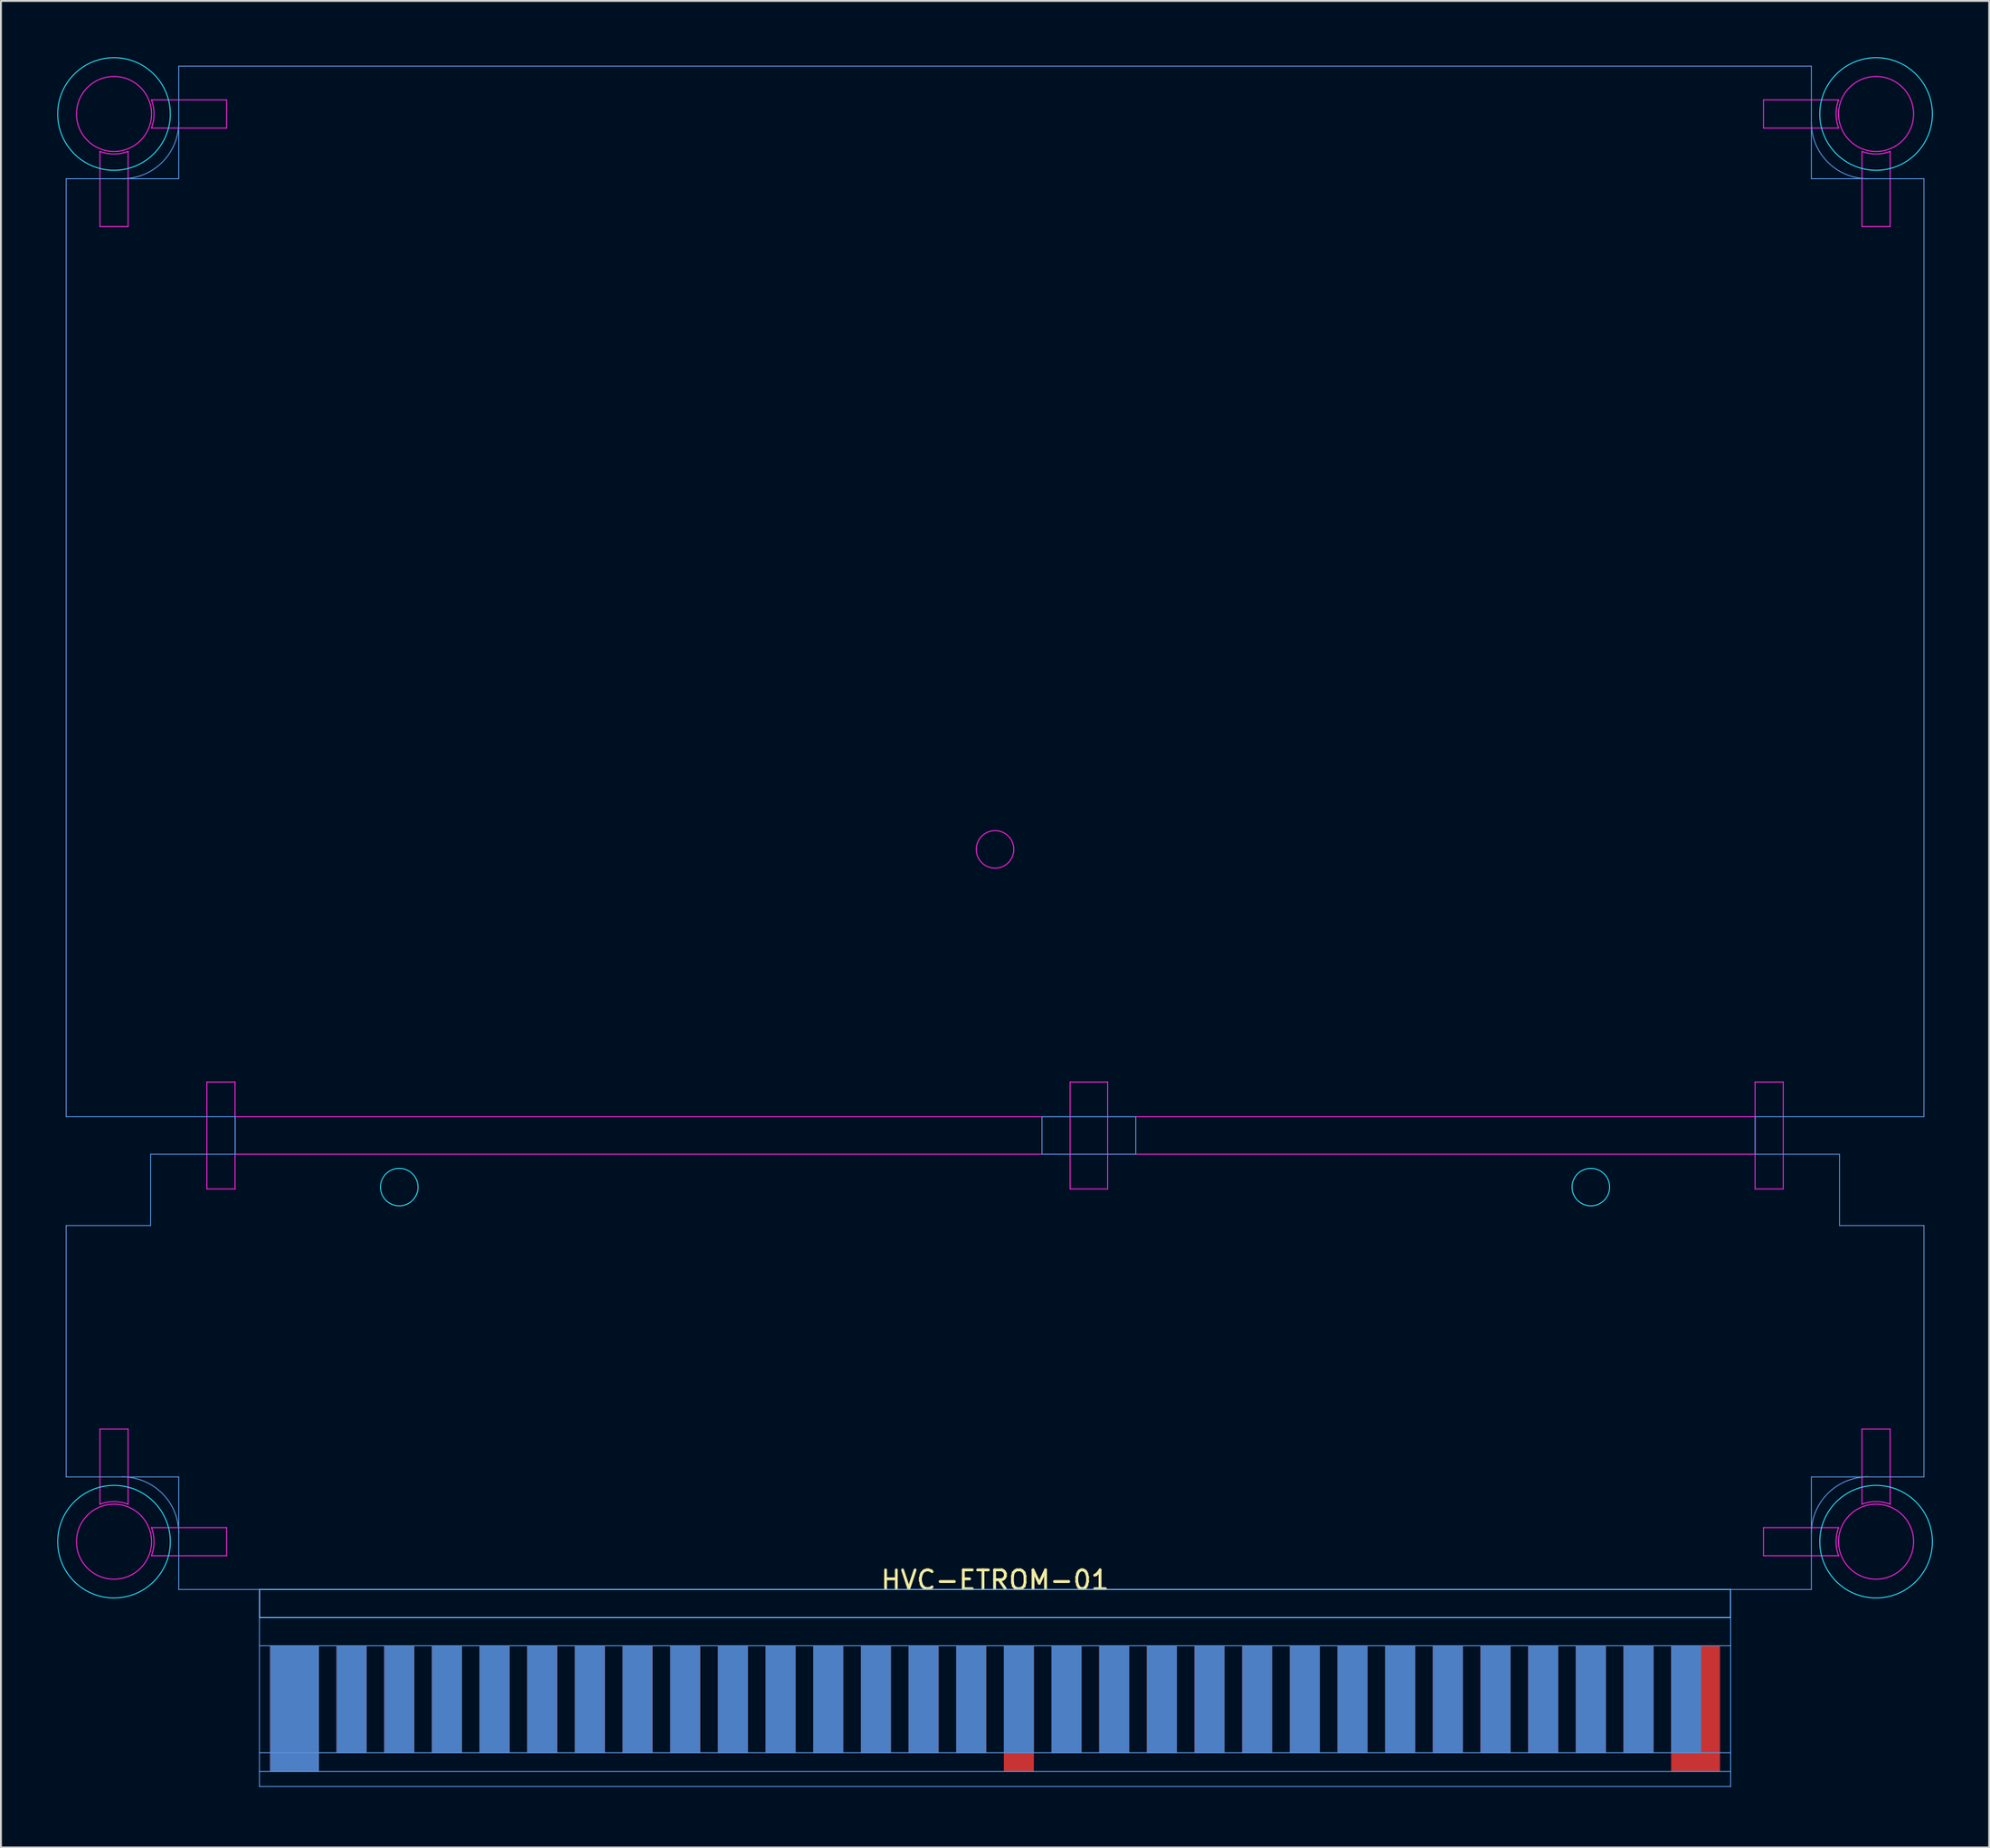
<source format=kicad_pcb>
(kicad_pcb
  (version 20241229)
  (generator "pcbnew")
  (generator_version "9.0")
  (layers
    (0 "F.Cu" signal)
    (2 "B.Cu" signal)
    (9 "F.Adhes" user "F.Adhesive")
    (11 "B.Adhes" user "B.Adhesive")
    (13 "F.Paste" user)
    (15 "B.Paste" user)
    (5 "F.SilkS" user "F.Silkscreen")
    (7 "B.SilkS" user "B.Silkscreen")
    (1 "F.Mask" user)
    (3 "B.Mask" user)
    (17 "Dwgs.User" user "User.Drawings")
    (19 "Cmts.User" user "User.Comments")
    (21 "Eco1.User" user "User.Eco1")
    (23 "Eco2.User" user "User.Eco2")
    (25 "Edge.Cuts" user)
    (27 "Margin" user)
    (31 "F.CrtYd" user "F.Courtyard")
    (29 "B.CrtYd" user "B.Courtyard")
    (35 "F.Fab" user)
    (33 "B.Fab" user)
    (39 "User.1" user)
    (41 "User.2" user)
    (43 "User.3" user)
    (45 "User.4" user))
  (footprint "HVC-ETROM-01"
    (layer "F.Cu")
    (at 49.975 81.675)
    (property "Reference" "HVC-ETROM-01" (at 0 -0.5 0) (unlocked yes) (layer "F.SilkS") (effects (font (size 1 1) (thickness 0.15))))
    (fp_poly (pts (xy 39.191 10.7) (xy -39.2 10.7) (xy -39.2 4) (xy 39.2 4)) (stroke (width 0.1) (type solid)) (fill yes) (layer "F.Mask"))
    (fp_poly (pts (xy 39.191 10.7) (xy -39.2 10.7) (xy -39.2 4) (xy 39.2 4)) (stroke (width 0.1) (type solid)) (fill yes) (layer "B.Mask"))
    (fp_line (start -49.5 -75.2) (end -46.5 -75.2) (stroke (width 0.05) (type solid)) (layer "Cmts.User"))
    (fp_line (start -49.5 -25.2) (end -49.5 -75.2) (stroke (width 0.05) (type solid)) (layer "Cmts.User"))
    (fp_line (start -49.5 -25.2) (end -40.5 -25.2) (stroke (width 0.05) (type solid)) (layer "Cmts.User"))
    (fp_line (start -49.5 -19.4) (end -49.5 -6) (stroke (width 0.05) (type solid)) (layer "Cmts.User"))
    (fp_line (start -49.5 -19.4) (end -45 -19.4) (stroke (width 0.05) (type solid)) (layer "Cmts.User"))
    (fp_line (start -46.5 -75.2) (end -43.5 -75.2) (stroke (width 0.05) (type solid)) (layer "Cmts.User"))
    (fp_line (start -46.5 -6) (end -49.5 -6) (stroke (width 0.05) (type solid)) (layer "Cmts.User"))
    (fp_line (start -45 -23.2) (end -40.5 -23.2) (stroke (width 0.05) (type solid)) (layer "Cmts.User"))
    (fp_line (start -45 -19.4) (end -45 -23.2) (stroke (width 0.05) (type solid)) (layer "Cmts.User"))
    (fp_line (start -43.5 -81.2) (end 43.5 -81.2) (stroke (width 0.05) (type solid)) (layer "Cmts.User"))
    (fp_line (start -43.5 -78.2) (end -43.5 -81.2) (stroke (width 0.05) (type solid)) (layer "Cmts.User"))
    (fp_line (start -43.5 -75.2) (end -43.5 -78.2) (stroke (width 0.05) (type solid)) (layer "Cmts.User"))
    (fp_line (start -43.5 -6) (end -46.5 -6) (stroke (width 0.05) (type solid)) (layer "Cmts.User"))
    (fp_line (start -43.5 -3) (end -43.5 -6) (stroke (width 0.05) (type solid)) (layer "Cmts.User"))
    (fp_line (start -43.5 0) (end -43.5 -3) (stroke (width 0.05) (type solid)) (layer "Cmts.User"))
    (fp_line (start -40.5 -23.2) (end -40.5 -25.2) (stroke (width 0.05) (type solid)) (layer "Cmts.User"))
    (fp_line (start -39.2 0) (end -43.5 0) (stroke (width 0.05) (type solid)) (layer "Cmts.User"))
    (fp_line (start -39.2 3) (end 39.2 3) (stroke (width 0.05) (type solid)) (layer "Cmts.User"))
    (fp_line (start -39.2 8.7) (end 39.2 8.7) (stroke (width 0.05) (type solid)) (layer "Cmts.User"))
    (fp_line (start -39.2 9.7) (end 39.2 9.7) (stroke (width 0.05) (type solid)) (layer "Cmts.User"))
    (fp_line (start -39.2 10.5) (end -39.2 0) (stroke (width 0.05) (type solid)) (layer "Cmts.User"))
    (fp_line (start 2.5 -23.2) (end 2.5 -25.2) (stroke (width 0.05) (type solid)) (layer "Cmts.User"))
    (fp_line (start 2.5 -23.2) (end 7.5 -23.2) (stroke (width 0.05) (type solid)) (layer "Cmts.User"))
    (fp_line (start 7.5 -25.2) (end 2.5 -25.2) (stroke (width 0.05) (type solid)) (layer "Cmts.User"))
    (fp_line (start 7.5 -23.2) (end 7.5 -25.2) (stroke (width 0.05) (type solid)) (layer "Cmts.User"))
    (fp_line (start 39.2 10.5) (end -39.2 10.5) (stroke (width 0.05) (type solid)) (layer "Cmts.User"))
    (fp_line (start 39.2 10.5) (end 39.2 0) (stroke (width 0.05) (type solid)) (layer "Cmts.User"))
    (fp_line (start 40.5 -25.2) (end 49.5 -25.2) (stroke (width 0.05) (type solid)) (layer "Cmts.User"))
    (fp_line (start 40.5 -23.2) (end 40.5 -25.2) (stroke (width 0.05) (type solid)) (layer "Cmts.User"))
    (fp_line (start 40.5 -23.2) (end 45 -23.2) (stroke (width 0.05) (type solid)) (layer "Cmts.User"))
    (fp_line (start 43.5 -81.2) (end 43.5 -78.2) (stroke (width 0.05) (type solid)) (layer "Cmts.User"))
    (fp_line (start 43.5 -78.2) (end 43.5 -75.2) (stroke (width 0.05) (type solid)) (layer "Cmts.User"))
    (fp_line (start 43.5 -75.2) (end 46.5 -75.2) (stroke (width 0.05) (type solid)) (layer "Cmts.User"))
    (fp_line (start 43.5 -6) (end 43.5 -3) (stroke (width 0.05) (type solid)) (layer "Cmts.User"))
    (fp_line (start 43.5 -3) (end 43.5 0) (stroke (width 0.05) (type solid)) (layer "Cmts.User"))
    (fp_line (start 43.5 0) (end 39.2 0) (stroke (width 0.05) (type solid)) (layer "Cmts.User"))
    (fp_line (start 45 -19.4) (end 45 -23.2) (stroke (width 0.05) (type solid)) (layer "Cmts.User"))
    (fp_line (start 46.5 -75.2) (end 49.5 -75.2) (stroke (width 0.05) (type solid)) (layer "Cmts.User"))
    (fp_line (start 46.5 -6) (end 43.5 -6) (stroke (width 0.05) (type solid)) (layer "Cmts.User"))
    (fp_line (start 49.5 -25.2) (end 49.5 -75.2) (stroke (width 0.05) (type solid)) (layer "Cmts.User"))
    (fp_line (start 49.5 -19.4) (end 45 -19.4) (stroke (width 0.05) (type solid)) (layer "Cmts.User"))
    (fp_line (start 49.5 -19.4) (end 49.5 -6) (stroke (width 0.05) (type solid)) (layer "Cmts.User"))
    (fp_line (start 49.5 -6) (end 46.5 -6) (stroke (width 0.05) (type solid)) (layer "Cmts.User"))
    (fp_arc (start -46.5 -6) (mid -44.37868 -5.12132) (end -43.5 -3) (stroke (width 0.05) (type solid)) (layer "Cmts.User"))
    (fp_arc (start -43.5 -78.2) (mid -44.37868 -76.07868) (end -46.5 -75.2) (stroke (width 0.05) (type solid)) (layer "Cmts.User"))
    (fp_arc (start 43.5 -3) (mid 44.37868 -5.12132) (end 46.5 -6) (stroke (width 0.05) (type solid)) (layer "Cmts.User"))
    (fp_arc (start 46.5 -75.2) (mid 44.37868 -76.07868) (end 43.5 -78.2) (stroke (width 0.05) (type solid)) (layer "Cmts.User"))
    (fp_line (start -39.2 0) (end 39.2 0) (stroke (width 0.05) (type solid)) (layer "B.CrtYd"))
    (fp_line (start -39.2 1.5) (end -39.2 0) (stroke (width 0.05) (type solid)) (layer "B.CrtYd"))
    (fp_line (start -39.2 1.5) (end 39.2 1.5) (stroke (width 0.05) (type solid)) (layer "B.CrtYd"))
    (fp_line (start 39.2 1.5) (end 39.2 0) (stroke (width 0.05) (type solid)) (layer "B.CrtYd"))
    (fp_circle (center -46.95 -78.65) (end -46.95 -75.65) (stroke (width 0.05) (type solid)) (fill no) (layer "B.CrtYd"))
    (fp_circle (center -46.95 -2.55) (end -43.95 -2.55) (stroke (width 0.05) (type solid)) (fill no) (layer "B.CrtYd"))
    (fp_circle (center -31.75 -21.45) (end -30.75 -21.45) (stroke (width 0.05) (type solid)) (fill no) (layer "B.CrtYd"))
    (fp_circle (center 31.75 -21.45) (end 32.75 -21.45) (stroke (width 0.05) (type solid)) (fill no) (layer "B.CrtYd"))
    (fp_circle (center 46.95 -78.65) (end 43.95 -78.65) (stroke (width 0.05) (type solid)) (fill no) (layer "B.CrtYd"))
    (fp_circle (center 46.95 -2.55) (end 46.95 -5.55) (stroke (width 0.05) (type solid)) (fill no) (layer "B.CrtYd"))
    (fp_line (start -47.7 -72.65) (end -47.7 -76.65) (stroke (width 0.05) (type solid)) (layer "F.CrtYd"))
    (fp_line (start -47.7 -8.55) (end -47.7 -4.55) (stroke (width 0.05) (type solid)) (layer "F.CrtYd"))
    (fp_line (start -47.7 -8.55) (end -46.2 -8.55) (stroke (width 0.05) (type solid)) (layer "F.CrtYd"))
    (fp_line (start -46.2 -72.65) (end -47.7 -72.65) (stroke (width 0.05) (type solid)) (layer "F.CrtYd"))
    (fp_line (start -46.2 -72.65) (end -46.2 -76.65) (stroke (width 0.05) (type solid)) (layer "F.CrtYd"))
    (fp_line (start -46.2 -8.55) (end -46.2 -4.55) (stroke (width 0.05) (type solid)) (layer "F.CrtYd"))
    (fp_line (start -42 -27.05) (end -42 -21.35) (stroke (width 0.05) (type solid)) (layer "F.CrtYd"))
    (fp_line (start -42 -21.35) (end -40.5 -21.35) (stroke (width 0.05) (type solid)) (layer "F.CrtYd"))
    (fp_line (start -40.95 -79.4) (end -44.95 -79.4) (stroke (width 0.05) (type solid)) (layer "F.CrtYd"))
    (fp_line (start -40.95 -79.4) (end -40.95 -77.9) (stroke (width 0.05) (type solid)) (layer "F.CrtYd"))
    (fp_line (start -40.95 -77.9) (end -44.95 -77.9) (stroke (width 0.05) (type solid)) (layer "F.CrtYd"))
    (fp_line (start -40.95 -3.3) (end -44.95 -3.3) (stroke (width 0.05) (type solid)) (layer "F.CrtYd"))
    (fp_line (start -40.95 -3.3) (end -40.95 -1.8) (stroke (width 0.05) (type solid)) (layer "F.CrtYd"))
    (fp_line (start -40.95 -1.8) (end -44.95 -1.8) (stroke (width 0.05) (type solid)) (layer "F.CrtYd"))
    (fp_line (start -40.5 -27.05) (end -42 -27.05) (stroke (width 0.05) (type solid)) (layer "F.CrtYd"))
    (fp_line (start -40.5 -27.05) (end -40.5 -21.35) (stroke (width 0.05) (type solid)) (layer "F.CrtYd"))
    (fp_line (start -40.5 -25.2) (end 40.5 -25.2) (stroke (width 0.05) (type solid)) (layer "F.CrtYd"))
    (fp_line (start -40.5 -23.2) (end -40.5 -25.2) (stroke (width 0.05) (type solid)) (layer "F.CrtYd"))
    (fp_line (start -39.2 0) (end -39.2 1.5) (stroke (width 0.05) (type solid)) (layer "F.CrtYd"))
    (fp_line (start -39.2 0) (end 39.2 0) (stroke (width 0.05) (type solid)) (layer "F.CrtYd"))
    (fp_line (start -39.2 1.5) (end 39.2 1.5) (stroke (width 0.05) (type solid)) (layer "F.CrtYd"))
    (fp_line (start 4 -27.05) (end 4 -21.35) (stroke (width 0.05) (type solid)) (layer "F.CrtYd"))
    (fp_line (start 4 -21.35) (end 6 -21.35) (stroke (width 0.05) (type solid)) (layer "F.CrtYd"))
    (fp_line (start 6 -27.05) (end 4 -27.05) (stroke (width 0.05) (type solid)) (layer "F.CrtYd"))
    (fp_line (start 6 -27.05) (end 6 -21.35) (stroke (width 0.05) (type solid)) (layer "F.CrtYd"))
    (fp_line (start 39.2 0) (end 39.2 1.5) (stroke (width 0.05) (type solid)) (layer "F.CrtYd"))
    (fp_line (start 40.5 -27.05) (end 40.5 -21.35) (stroke (width 0.05) (type solid)) (layer "F.CrtYd"))
    (fp_line (start 40.5 -27.05) (end 42 -27.05) (stroke (width 0.05) (type solid)) (layer "F.CrtYd"))
    (fp_line (start 40.5 -25.2) (end 40.5 -23.2) (stroke (width 0.05) (type solid)) (layer "F.CrtYd"))
    (fp_line (start 40.5 -23.2) (end -40.5 -23.2) (stroke (width 0.05) (type solid)) (layer "F.CrtYd"))
    (fp_line (start 40.95 -79.4) (end 44.95 -79.4) (stroke (width 0.05) (type solid)) (layer "F.CrtYd"))
    (fp_line (start 40.95 -77.9) (end 40.95 -79.4) (stroke (width 0.05) (type solid)) (layer "F.CrtYd"))
    (fp_line (start 40.95 -77.9) (end 44.95 -77.9) (stroke (width 0.05) (type solid)) (layer "F.CrtYd"))
    (fp_line (start 40.95 -3.3) (end 44.95 -3.3) (stroke (width 0.05) (type solid)) (layer "F.CrtYd"))
    (fp_line (start 40.95 -1.8) (end 40.95 -3.3) (stroke (width 0.05) (type solid)) (layer "F.CrtYd"))
    (fp_line (start 40.95 -1.8) (end 44.95 -1.8) (stroke (width 0.05) (type solid)) (layer "F.CrtYd"))
    (fp_line (start 42 -27.05) (end 42 -21.35) (stroke (width 0.05) (type solid)) (layer "F.CrtYd"))
    (fp_line (start 42 -21.35) (end 40.5 -21.35) (stroke (width 0.05) (type solid)) (layer "F.CrtYd"))
    (fp_line (start 46.2 -72.65) (end 46.2 -76.65) (stroke (width 0.05) (type solid)) (layer "F.CrtYd"))
    (fp_line (start 46.2 -8.55) (end 46.2 -4.55) (stroke (width 0.05) (type solid)) (layer "F.CrtYd"))
    (fp_line (start 46.2 -8.55) (end 47.7 -8.55) (stroke (width 0.05) (type solid)) (layer "F.CrtYd"))
    (fp_line (start 47.7 -72.65) (end 46.2 -72.65) (stroke (width 0.05) (type solid)) (layer "F.CrtYd"))
    (fp_line (start 47.7 -72.65) (end 47.7 -76.65) (stroke (width 0.05) (type solid)) (layer "F.CrtYd"))
    (fp_line (start 47.7 -8.55) (end 47.7 -4.55) (stroke (width 0.05) (type solid)) (layer "F.CrtYd"))
    (fp_arc (start -47.7 -4.549999) (mid -46.95 -4.686) (end -46.2 -4.549999) (stroke (width 0.05) (type solid)) (layer "F.CrtYd"))
    (fp_arc (start -46.2 -76.650001) (mid -46.95 -76.514) (end -47.7 -76.650001) (stroke (width 0.05) (type solid)) (layer "F.CrtYd"))
    (fp_arc (start -44.950001 -79.4) (mid -44.814 -78.65) (end -44.950001 -77.9) (stroke (width 0.05) (type solid)) (layer "F.CrtYd"))
    (fp_arc (start -44.950001 -3.3) (mid -44.814 -2.55) (end -44.950001 -1.8) (stroke (width 0.05) (type solid)) (layer "F.CrtYd"))
    (fp_arc (start 44.950001 -77.9) (mid 44.814 -78.65) (end 44.950001 -79.4) (stroke (width 0.05) (type solid)) (layer "F.CrtYd"))
    (fp_arc (start 44.950001 -1.8) (mid 44.814 -2.55) (end 44.950001 -3.3) (stroke (width 0.05) (type solid)) (layer "F.CrtYd"))
    (fp_arc (start 46.2 -4.549999) (mid 46.95 -4.686) (end 47.7 -4.549999) (stroke (width 0.05) (type solid)) (layer "F.CrtYd"))
    (fp_arc (start 47.7 -76.650001) (mid 46.95 -76.514) (end 46.2 -76.650001) (stroke (width 0.05) (type solid)) (layer "F.CrtYd"))
    (fp_circle (center -46.95 -78.65) (end -46.95 -76.65) (stroke (width 0.05) (type solid)) (fill no) (layer "F.CrtYd"))
    (fp_circle (center -46.95 -2.55) (end -44.95 -2.55) (stroke (width 0.05) (type solid)) (fill no) (layer "F.CrtYd"))
    (fp_circle (center 0 -39.45) (end 1 -39.45) (stroke (width 0.05) (type solid)) (fill no) (layer "F.CrtYd"))
    (fp_circle (center 46.95 -78.65) (end 44.95 -78.65) (stroke (width 0.05) (type solid)) (fill no) (layer "F.CrtYd"))
    (fp_circle (center 46.95 -2.55) (end 46.95 -4.55) (stroke (width 0.05) (type solid)) (fill no) (layer "F.CrtYd"))
    (pad "1" connect rect (at -37.33 6.35) (size 2.6 6.7) (layers "F.Cu"))
    (pad "2" connect rect (at -34.29 5.85) (size 1.6 5.7) (layers "F.Cu"))
    (pad "3" connect rect (at -31.75 5.85) (size 1.6 5.7) (layers "F.Cu"))
    (pad "4" connect rect (at -29.21 5.85) (size 1.6 5.7) (layers "F.Cu"))
    (pad "5" connect rect (at -26.67 5.85) (size 1.6 5.7) (layers "F.Cu"))
    (pad "6" connect rect (at -24.13 5.85) (size 1.6 5.7) (layers "F.Cu"))
    (pad "7" connect rect (at -21.59 5.85) (size 1.6 5.7) (layers "F.Cu"))
    (pad "8" connect rect (at -19.05 5.85) (size 1.6 5.7) (layers "F.Cu"))
    (pad "9" connect rect (at -16.51 5.85) (size 1.6 5.7) (layers "F.Cu"))
    (pad "10" connect rect (at -13.97 5.85) (size 1.6 5.7) (layers "F.Cu"))
    (pad "11" connect rect (at -11.43 5.85) (size 1.6 5.7) (layers "F.Cu"))
    (pad "12" connect rect (at -8.89 5.85) (size 1.6 5.7) (layers "F.Cu"))
    (pad "13" connect rect (at -6.35 5.85) (size 1.6 5.7) (layers "F.Cu"))
    (pad "14" connect rect (at -3.81 5.85) (size 1.6 5.7) (layers "F.Cu"))
    (pad "15" connect rect (at -1.27 5.85) (size 1.6 5.7) (layers "F.Cu"))
    (pad "16" connect rect (at 1.27 6.35) (size 1.6 6.7) (layers "F.Cu"))
    (pad "17" connect rect (at 3.81 5.85) (size 1.6 5.7) (layers "F.Cu"))
    (pad "18" connect rect (at 6.35 5.85) (size 1.6 5.7) (layers "F.Cu"))
    (pad "19" connect rect (at 8.89 5.85) (size 1.6 5.7) (layers "F.Cu"))
    (pad "20" connect rect (at 11.43 5.85) (size 1.6 5.7) (layers "F.Cu"))
    (pad "21" connect rect (at 13.97 5.85) (size 1.6 5.7) (layers "F.Cu"))
    (pad "22" connect rect (at 16.51 5.85) (size 1.6 5.7) (layers "F.Cu"))
    (pad "23" connect rect (at 19.05 5.85) (size 1.6 5.7) (layers "F.Cu"))
    (pad "24" connect rect (at 21.59 5.85) (size 1.6 5.7) (layers "F.Cu"))
    (pad "25" connect rect (at 24.13 5.85) (size 1.6 5.7) (layers "F.Cu"))
    (pad "26" connect rect (at 26.67 5.85) (size 1.6 5.7) (layers "F.Cu"))
    (pad "27" connect rect (at 29.21 5.85) (size 1.6 5.7) (layers "F.Cu"))
    (pad "28" connect rect (at 31.75 5.85) (size 1.6 5.7) (layers "F.Cu"))
    (pad "29" connect rect (at 34.29 5.85) (size 1.6 5.7) (layers "F.Cu"))
    (pad "30" connect rect (at 37.33 6.35) (size 2.6 6.7) (layers "F.Cu"))
    (pad "31" connect rect (at -37.33 6.35) (size 2.6 6.7) (layers "B.Cu"))
    (pad "32" connect rect (at -34.29 5.85) (size 1.6 5.7) (layers "B.Cu"))
    (pad "33" connect rect (at -31.75 5.85) (size 1.6 5.7) (layers "B.Cu"))
    (pad "34" connect rect (at -29.21 5.85) (size 1.6 5.7) (layers "B.Cu"))
    (pad "35" connect rect (at -26.67 5.85) (size 1.6 5.7) (layers "B.Cu"))
    (pad "36" connect rect (at -24.13 5.85) (size 1.6 5.7) (layers "B.Cu"))
    (pad "37" connect rect (at -21.59 5.85) (size 1.6 5.7) (layers "B.Cu"))
    (pad "38" connect rect (at -19.05 5.85) (size 1.6 5.7) (layers "B.Cu"))
    (pad "39" connect rect (at -16.51 5.85) (size 1.6 5.7) (layers "B.Cu"))
    (pad "40" connect rect (at -13.97 5.85) (size 1.6 5.7) (layers "B.Cu"))
    (pad "41" connect rect (at -11.43 5.85) (size 1.6 5.7) (layers "B.Cu"))
    (pad "42" connect rect (at -8.89 5.85) (size 1.6 5.7) (layers "B.Cu"))
    (pad "43" connect rect (at -6.35 5.85) (size 1.6 5.7) (layers "B.Cu"))
    (pad "44" connect rect (at -3.81 5.85) (size 1.6 5.7) (layers "B.Cu"))
    (pad "45" connect rect (at -1.27 5.85) (size 1.6 5.7) (layers "B.Cu"))
    (pad "46" connect rect (at 1.27 5.85) (size 1.6 5.7) (layers "B.Cu"))
    (pad "47" connect rect (at 3.81 5.85) (size 1.6 5.7) (layers "B.Cu"))
    (pad "48" connect rect (at 6.35 5.85) (size 1.6 5.7) (layers "B.Cu"))
    (pad "49" connect rect (at 8.89 5.85) (size 1.6 5.7) (layers "B.Cu"))
    (pad "50" connect rect (at 11.43 5.85) (size 1.6 5.7) (layers "B.Cu"))
    (pad "51" connect rect (at 13.97 5.85) (size 1.6 5.7) (layers "B.Cu"))
    (pad "52" connect rect (at 16.51 5.85) (size 1.6 5.7) (layers "B.Cu"))
    (pad "53" connect rect (at 19.05 5.85) (size 1.6 5.7) (layers "B.Cu"))
    (pad "54" connect rect (at 21.59 5.85) (size 1.6 5.7) (layers "B.Cu"))
    (pad "55" connect rect (at 24.13 5.85) (size 1.6 5.7) (layers "B.Cu"))
    (pad "56" connect rect (at 26.67 5.85) (size 1.6 5.7) (layers "B.Cu"))
    (pad "57" connect rect (at 29.21 5.85) (size 1.6 5.7) (layers "B.Cu"))
    (pad "58" connect rect (at 31.75 5.85) (size 1.6 5.7) (layers "B.Cu"))
    (pad "59" connect rect (at 34.29 5.85) (size 1.6 5.7) (layers "B.Cu"))
    (pad "60" connect rect (at 36.83 5.85) (size 1.6 5.7) (layers "B.Cu")))
  (gr_rect
    (start -3 -3)
    (end 102.95 95.425)
    (stroke (width 0.1) (type default))
    (fill no)
    (layer "Edge.Cuts")))
</source>
